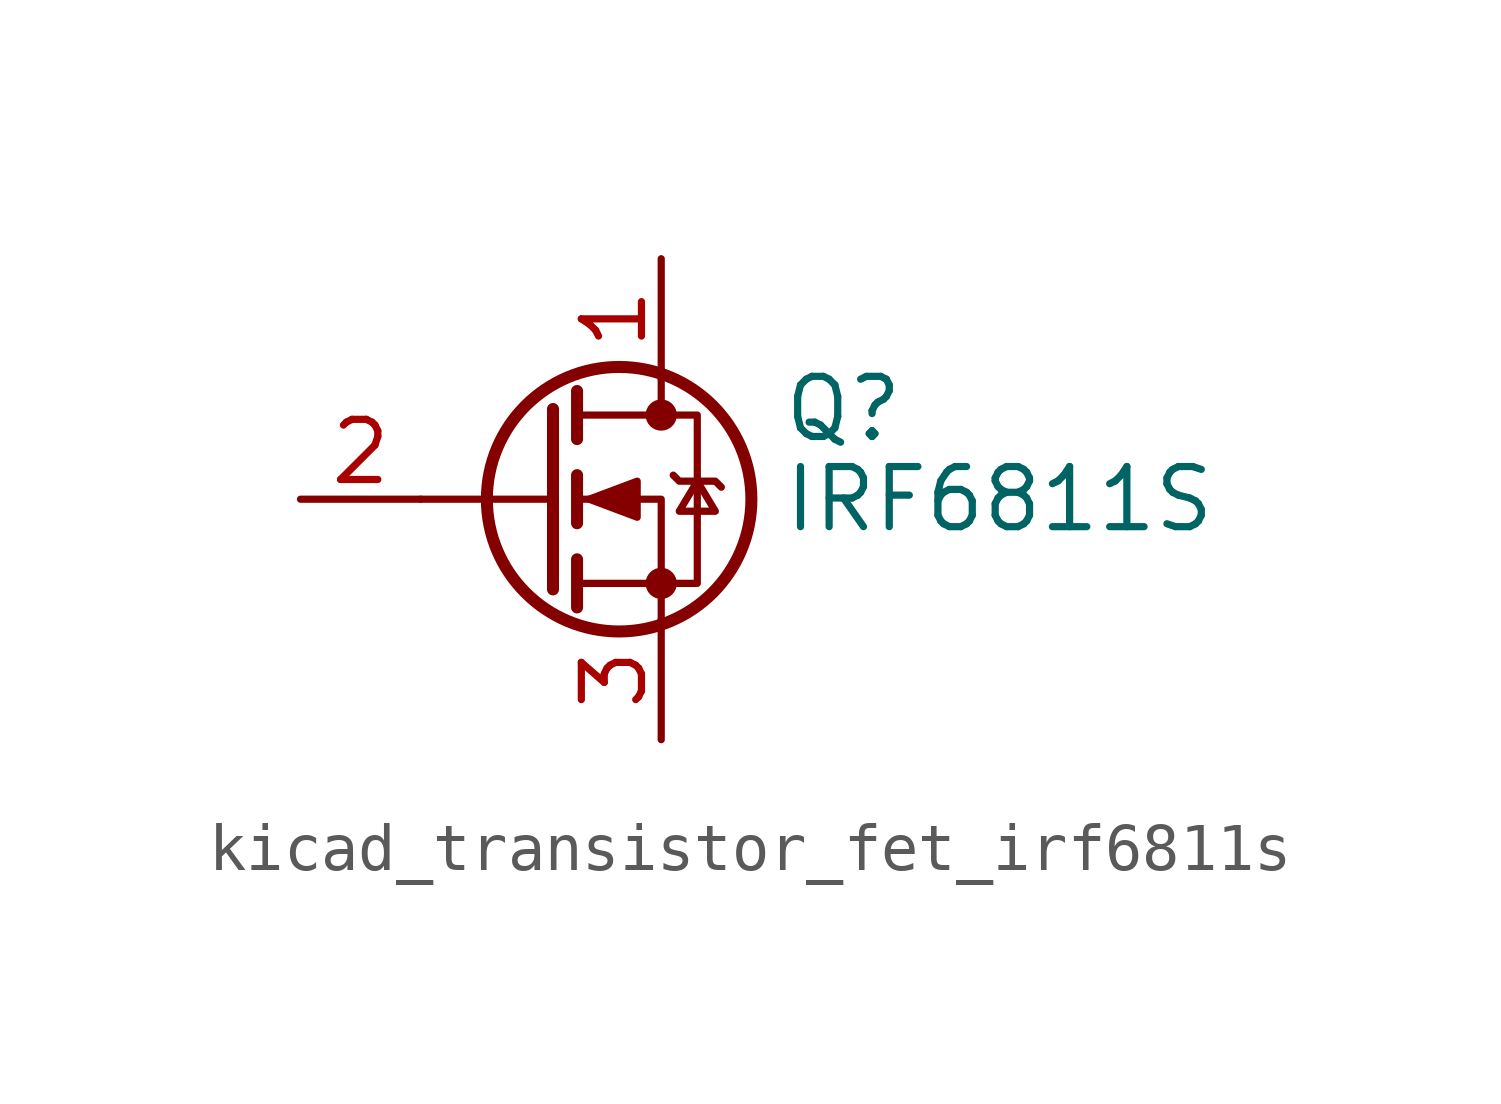
<source format=kicad_sym>
(kicad_symbol_lib
  (version 20220914)
  (generator kicad_symbol_editor)
  (symbol "kicad_transistor_fet_irf6811s"
    (pin_names hide)
    (property "Reference" "Q"
      (at 5.08 1.905 0)
      (effects (font (size 1.27 1.27)) (justify left)))
    (property "Value" "IRF6811S"
      (at 5.08 0 0)
      (effects (font (size 1.27 1.27)) (justify left)))
    (symbol "kicad_transistor_fet_irf6811s_0_1"
      (polyline (pts (xy 0.254 0) (xy -2.54 0)) (stroke (width 0) (type default)) (fill (type none)))
      (polyline (pts (xy 0.254 1.905) (xy 0.254 -1.905)) (stroke (width 0.254) (type default)) (fill (type none)))
      (polyline (pts (xy 0.762 -1.27) (xy 0.762 -2.286)) (stroke (width 0.254) (type default)) (fill (type none)))
      (polyline (pts (xy 0.762 0.508) (xy 0.762 -0.508)) (stroke (width 0.254) (type default)) (fill (type none)))
      (polyline (pts (xy 0.762 2.286) (xy 0.762 1.27)) (stroke (width 0.254) (type default)) (fill (type none)))
      (polyline (pts (xy 2.54 2.54) (xy 2.54 1.778)) (stroke (width 0) (type default)) (fill (type none)))
      (polyline (pts (xy 2.54 -2.54) (xy 2.54 0) (xy 0.762 0)) (stroke (width 0) (type default)) (fill (type none)))
      (polyline (pts (xy 0.762 -1.778) (xy 3.302 -1.778) (xy 3.302 1.778) (xy 0.762 1.778)) (stroke (width 0) (type default)) (fill (type none)))
      (polyline (pts (xy 1.016 0) (xy 2.032 0.381) (xy 2.032 -0.381) (xy 1.016 0)) (stroke (width 0) (type default)) (fill (type outline)))
      (polyline (pts (xy 2.794 0.508) (xy 2.921 0.381) (xy 3.683 0.381) (xy 3.81 0.254)) (stroke (width 0) (type default)) (fill (type none)))
      (polyline (pts (xy 3.302 0.381) (xy 2.921 -0.254) (xy 3.683 -0.254) (xy 3.302 0.381)) (stroke (width 0) (type default)) (fill (type none)))
      (circle (center 1.651 0) (radius 2.794) (stroke (width 0.254) (type default)) (fill (type none)))
      (circle (center 2.54 -1.778) (radius 0.254) (stroke (width 0) (type default)) (fill (type outline)))
      (circle (center 2.54 1.778) (radius 0.254) (stroke (width 0) (type default)) (fill (type outline))))
    (symbol "kicad_transistor_fet_irf6811s_1_1"
      (pin passive line (at 2.54 5.08 270) (length 2.54) (name "D" (effects (font (size 1.27 1.27)))) (number "1" (effects (font (size 1.27 1.27)))))
      (pin input line (at -5.08 0 0) (length 2.54) (name "G" (effects (font (size 1.27 1.27)))) (number "2" (effects (font (size 1.27 1.27)))))
      (pin passive line (at 2.54 -5.08 90) (length 2.54) (name "S" (effects (font (size 1.27 1.27)))) (number "3" (effects (font (size 1.27 1.27))))))))
</source>
